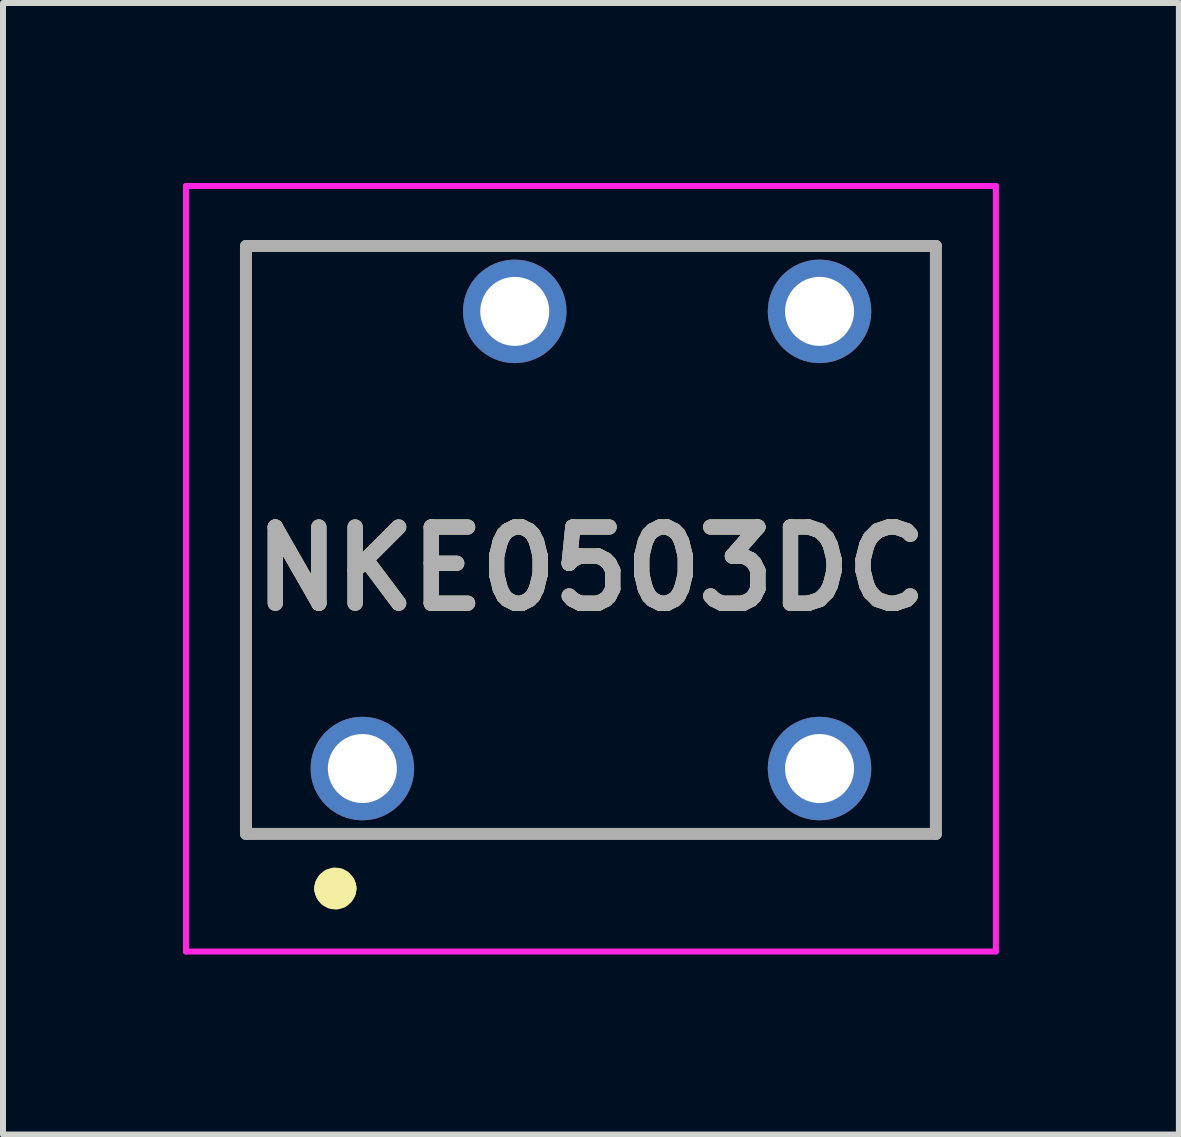
<source format=kicad_pcb>
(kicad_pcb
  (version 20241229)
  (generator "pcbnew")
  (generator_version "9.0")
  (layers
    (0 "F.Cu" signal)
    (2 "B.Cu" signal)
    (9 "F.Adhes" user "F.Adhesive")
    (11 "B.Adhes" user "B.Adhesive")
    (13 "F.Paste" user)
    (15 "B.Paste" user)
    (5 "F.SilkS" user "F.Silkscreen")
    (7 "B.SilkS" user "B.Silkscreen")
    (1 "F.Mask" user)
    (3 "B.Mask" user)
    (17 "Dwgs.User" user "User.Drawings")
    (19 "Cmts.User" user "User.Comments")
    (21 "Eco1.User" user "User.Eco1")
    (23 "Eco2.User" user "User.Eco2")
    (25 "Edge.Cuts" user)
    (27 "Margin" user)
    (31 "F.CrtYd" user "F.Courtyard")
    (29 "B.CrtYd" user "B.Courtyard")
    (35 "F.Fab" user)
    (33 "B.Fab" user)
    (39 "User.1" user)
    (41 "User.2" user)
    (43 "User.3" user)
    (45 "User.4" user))
  (footprint "NKE0503DC"
    (layer "F.Cu")
    (at 2.99 9.76)
    (property "Reference" "NKE0503DC" (at 3.81 -3.33 0) (layer "F.SilkS") (effects (font (size 1.27 1.27) (thickness 0.254))))
    (attr through_hole)
    (fp_line (start -1.94 -8.71) (end 9.56 -8.71) (stroke (width 0.1) (type solid)) (layer "F.SilkS"))
    (fp_line (start -1.94 1.09) (end -1.94 -8.71) (stroke (width 0.1) (type solid)) (layer "F.SilkS"))
    (fp_line (start -0.5 2) (end -0.5 2) (stroke (width 0.6) (type solid)) (layer "F.SilkS"))
    (fp_line (start -0.4 2) (end -0.4 2) (stroke (width 0.6) (type solid)) (layer "F.SilkS"))
    (fp_line (start 9.56 -8.71) (end 9.56 1.09) (stroke (width 0.1) (type solid)) (layer "F.SilkS"))
    (fp_line (start 9.56 1.09) (end -1.94 1.09) (stroke (width 0.1) (type solid)) (layer "F.SilkS"))
    (fp_arc (start -0.5 2) (mid -0.45 1.95) (end -0.4 2) (stroke (width 0.6) (type solid)) (layer "F.SilkS"))
    (fp_arc (start -0.4 2) (mid -0.45 2.05) (end -0.5 2) (stroke (width 0.6) (type solid)) (layer "F.SilkS"))
    (fp_line (start -2.94 -9.71) (end 10.56 -9.71) (stroke (width 0.1) (type solid)) (layer "F.CrtYd"))
    (fp_line (start -2.94 3.05) (end -2.94 -9.71) (stroke (width 0.1) (type solid)) (layer "F.CrtYd"))
    (fp_line (start 10.56 -9.71) (end 10.56 3.05) (stroke (width 0.1) (type solid)) (layer "F.CrtYd"))
    (fp_line (start 10.56 3.05) (end -2.94 3.05) (stroke (width 0.1) (type solid)) (layer "F.CrtYd"))
    (fp_line (start -1.94 -8.71) (end 9.56 -8.71) (stroke (width 0.2) (type solid)) (layer "F.Fab"))
    (fp_line (start -1.94 1.09) (end -1.94 -8.71) (stroke (width 0.2) (type solid)) (layer "F.Fab"))
    (fp_line (start 9.56 -8.71) (end 9.56 1.09) (stroke (width 0.2) (type solid)) (layer "F.Fab"))
    (fp_line (start 9.56 1.09) (end -1.94 1.09) (stroke (width 0.2) (type solid)) (layer "F.Fab"))
    (fp_text user "${REFERENCE}" (at 3.81 -3.33 0) (layer "F.Fab") (effects (font (size 1.27 1.27) (thickness 0.254))))
    (pad "1" thru_hole circle (at 0 0) (size 1.725 1.725) (drill 1.15) (layers "*.Cu" "*.Mask"))
    (pad "4" thru_hole circle (at 7.62 0) (size 1.725 1.725) (drill 1.15) (layers "*.Cu" "*.Mask"))
    (pad "5" thru_hole circle (at 7.62 -7.62) (size 1.725 1.725) (drill 1.15) (layers "*.Cu" "*.Mask"))
    (pad "7" thru_hole circle (at 2.54 -7.62) (size 1.725 1.725) (drill 1.15) (layers "*.Cu" "*.Mask")))
  (gr_rect
    (start -3 -3)
    (end 16.6 15.86)
    (stroke (width 0.1) (type default))
    (fill no)
    (layer "Edge.Cuts")))
</source>
